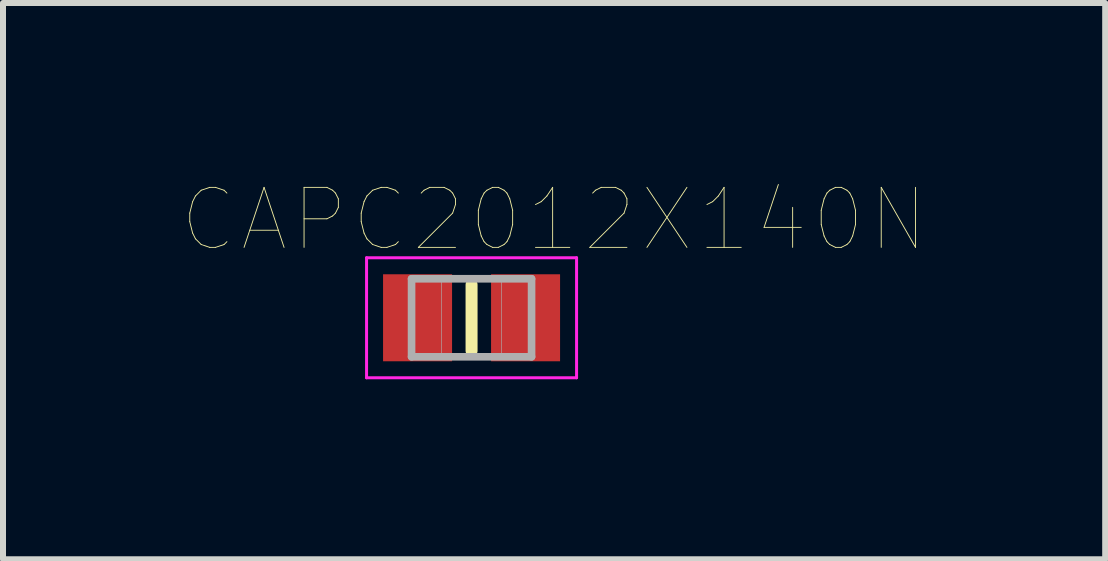
<source format=kicad_pcb>
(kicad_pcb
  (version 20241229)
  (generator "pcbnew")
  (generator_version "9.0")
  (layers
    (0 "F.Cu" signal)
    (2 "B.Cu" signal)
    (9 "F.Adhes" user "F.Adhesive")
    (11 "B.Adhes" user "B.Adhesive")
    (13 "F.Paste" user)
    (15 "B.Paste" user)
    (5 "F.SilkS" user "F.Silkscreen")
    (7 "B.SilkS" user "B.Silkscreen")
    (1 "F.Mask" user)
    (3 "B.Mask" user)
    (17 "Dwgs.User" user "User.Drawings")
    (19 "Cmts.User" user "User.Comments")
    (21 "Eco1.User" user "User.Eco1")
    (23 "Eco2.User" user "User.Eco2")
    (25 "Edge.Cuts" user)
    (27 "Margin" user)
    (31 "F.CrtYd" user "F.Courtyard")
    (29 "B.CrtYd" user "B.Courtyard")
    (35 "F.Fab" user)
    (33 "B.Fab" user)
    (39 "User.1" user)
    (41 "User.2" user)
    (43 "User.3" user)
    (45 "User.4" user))
  (footprint "CAPC2012X140N"
    (layer "F.Cu")
    (at 4.809 2.246)
    (property "Reference" "CAPC2012X140N" (at 1.375 -1.635 0) (layer "F.SilkS") (effects (font (size 1 1) (thickness 0.015))))
    (attr through_hole)
    (fp_line (start 0 -0.55) (end 0 0.55) (stroke (width 0.2) (type solid)) (layer "F.SilkS"))
    (fp_line (start -1.75 -1) (end 1.75 -1) (stroke (width 0.05) (type solid)) (layer "F.CrtYd"))
    (fp_line (start -1.75 1) (end -1.75 -1) (stroke (width 0.05) (type solid)) (layer "F.CrtYd"))
    (fp_line (start 1.75 -1) (end 1.75 1) (stroke (width 0.05) (type solid)) (layer "F.CrtYd"))
    (fp_line (start 1.75 1) (end -1.75 1) (stroke (width 0.05) (type solid)) (layer "F.CrtYd"))
    (fp_line (start -1 -0.65) (end 1 -0.65) (stroke (width 0.127) (type solid)) (layer "F.Fab"))
    (fp_line (start -1 0.65) (end -1 -0.65) (stroke (width 0.127) (type solid)) (layer "F.Fab"))
    (fp_line (start 1 -0.65) (end 1 0.65) (stroke (width 0.127) (type solid)) (layer "F.Fab"))
    (fp_line (start 1 0.65) (end -1 0.65) (stroke (width 0.127) (type solid)) (layer "F.Fab"))
    (fp_poly (pts (xy -1 -0.65) (xy -0.5 -0.65) (xy -0.5 0.65) (xy -1 0.65)) (stroke (width 0.01) (type solid)) (fill no) (layer "F.Fab"))
    (fp_poly (pts (xy 0.5 -0.65) (xy 1 -0.65) (xy 1 0.65) (xy 0.5 0.65)) (stroke (width 0.01) (type solid)) (fill no) (layer "F.Fab"))
    (pad "1" smd rect (at -0.9 0) (size 1.15 1.45) (layers "F.Cu" "F.Mask" "F.Paste"))
    (pad "2" smd rect (at 0.9 0) (size 1.15 1.45) (layers "F.Cu" "F.Mask" "F.Paste")))
  (gr_rect
    (start -3 -3)
    (end 15.369 6.271)
    (stroke (width 0.1) (type default))
    (fill no)
    (layer "Edge.Cuts")))
</source>
